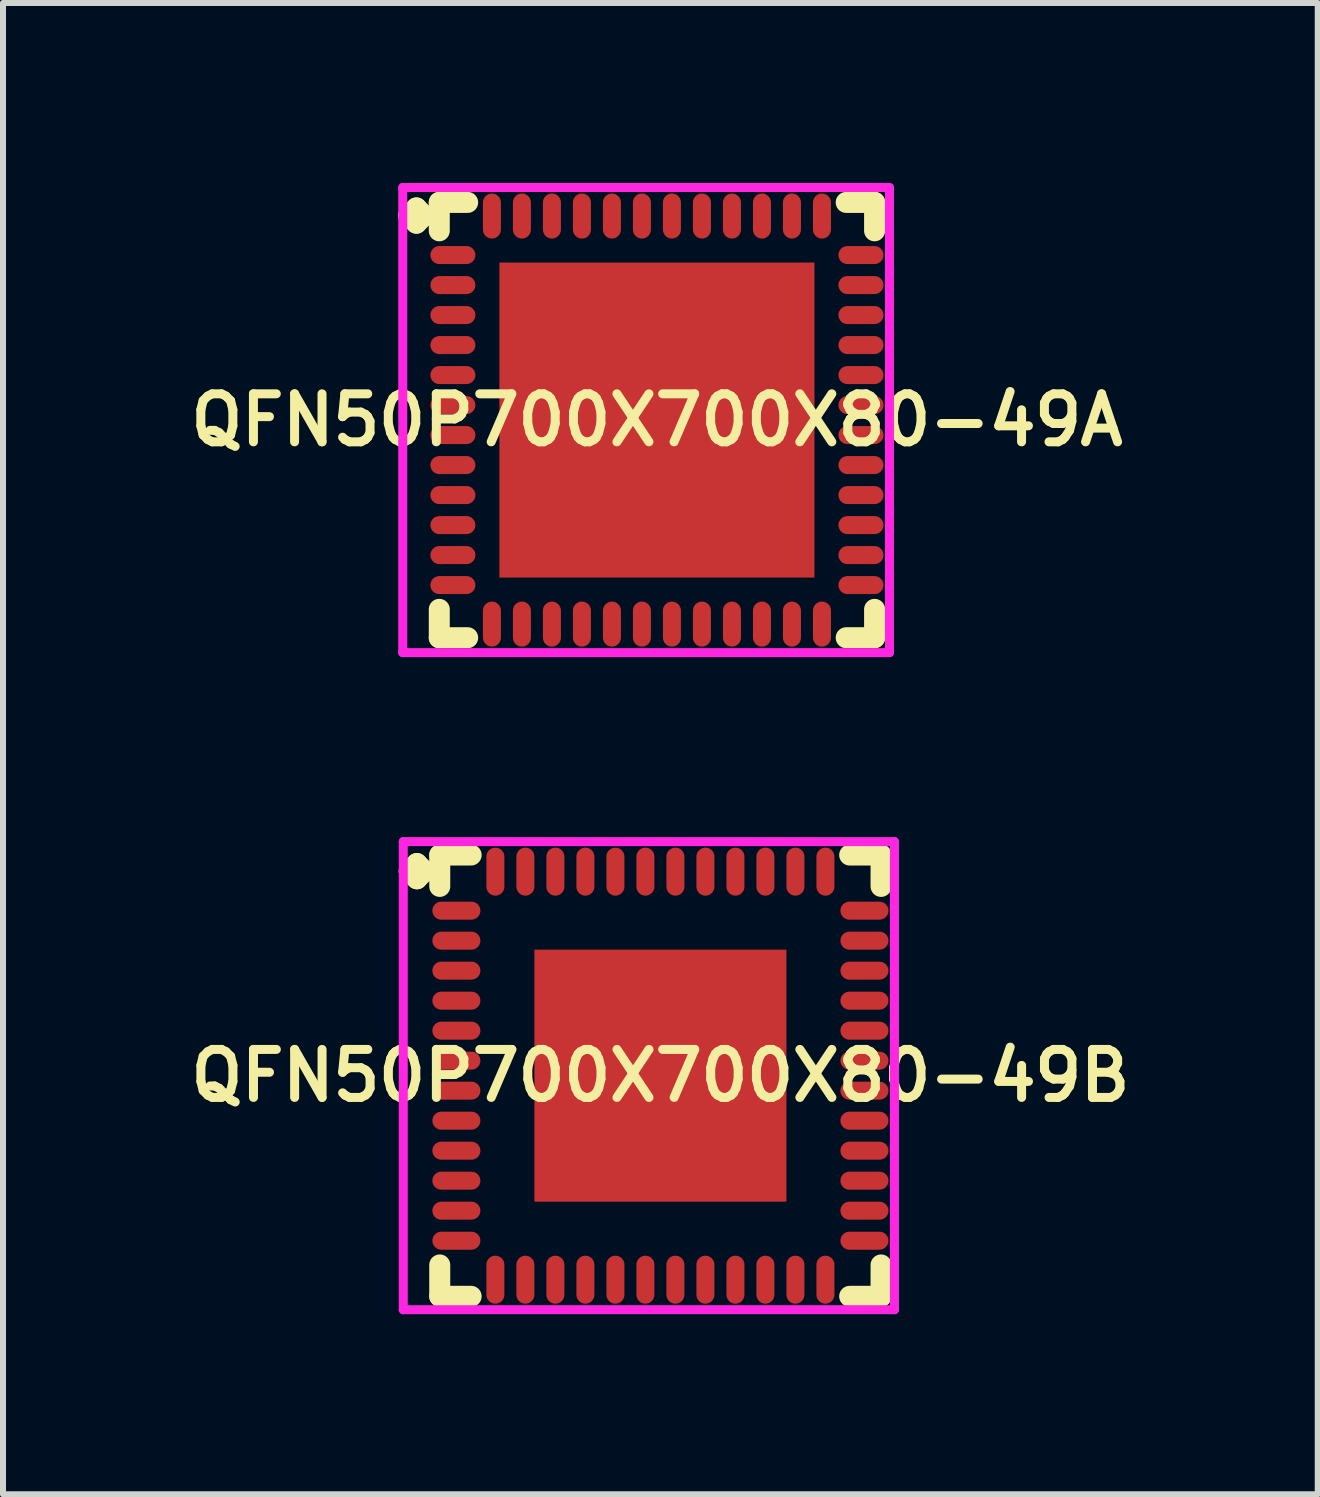
<source format=kicad_pcb>
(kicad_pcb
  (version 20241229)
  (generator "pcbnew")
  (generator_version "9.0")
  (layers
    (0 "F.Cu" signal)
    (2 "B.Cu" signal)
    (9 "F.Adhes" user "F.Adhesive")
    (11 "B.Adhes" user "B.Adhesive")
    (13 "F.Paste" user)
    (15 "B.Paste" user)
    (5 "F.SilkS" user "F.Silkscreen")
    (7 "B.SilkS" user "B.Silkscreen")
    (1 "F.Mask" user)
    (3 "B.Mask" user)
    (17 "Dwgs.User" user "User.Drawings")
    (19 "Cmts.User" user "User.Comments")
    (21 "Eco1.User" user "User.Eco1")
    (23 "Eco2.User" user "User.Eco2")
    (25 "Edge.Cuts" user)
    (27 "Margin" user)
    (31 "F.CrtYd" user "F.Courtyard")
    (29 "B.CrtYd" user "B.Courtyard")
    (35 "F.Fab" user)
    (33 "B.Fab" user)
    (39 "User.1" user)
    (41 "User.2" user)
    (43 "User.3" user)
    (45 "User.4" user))
  (footprint "QFN50P700X700X80-49B"
    (layer "F.Cu")
    (at 7.955 14.875)
    (property "Reference" "QFN50P700X700X80-49B" (at 0 0 0) (layer "F.SilkS") (effects (font (size 0.8 0.8) (thickness 0.15))))
    (attr smd)
    (fp_line (start -4.185 -3.408) (end -4.058 -3.535) (stroke (width 0.35) (type solid)) (layer "F.SilkS"))
    (fp_line (start -4.058 -3.535) (end -3.931 -3.408) (stroke (width 0.35) (type solid)) (layer "F.SilkS"))
    (fp_line (start -4.058 -3.281) (end -4.185 -3.408) (stroke (width 0.35) (type solid)) (layer "F.SilkS"))
    (fp_line (start -3.931 -3.408) (end -4.058 -3.281) (stroke (width 0.35) (type solid)) (layer "F.SilkS"))
    (fp_line (start -3.677 -3.677) (end -3.154 -3.677) (stroke (width 0.35) (type solid)) (layer "F.SilkS"))
    (fp_line (start -3.677 -3.154) (end -3.677 -3.677) (stroke (width 0.35) (type solid)) (layer "F.SilkS"))
    (fp_line (start -3.677 3.154) (end -3.677 3.677) (stroke (width 0.35) (type solid)) (layer "F.SilkS"))
    (fp_line (start -3.677 3.677) (end -3.154 3.677) (stroke (width 0.35) (type solid)) (layer "F.SilkS"))
    (fp_line (start 3.154 -3.677) (end 3.677 -3.677) (stroke (width 0.35) (type solid)) (layer "F.SilkS"))
    (fp_line (start 3.154 3.677) (end 3.677 3.677) (stroke (width 0.35) (type solid)) (layer "F.SilkS"))
    (fp_line (start 3.677 -3.677) (end 3.677 -3.154) (stroke (width 0.35) (type solid)) (layer "F.SilkS"))
    (fp_line (start 3.677 3.677) (end 3.677 3.154) (stroke (width 0.35) (type solid)) (layer "F.SilkS"))
    (fp_line (start -4.285 -3.9) (end 3.9 -3.9) (stroke (width 0.15) (type solid)) (layer "F.CrtYd"))
    (fp_line (start -4.285 3.9) (end -4.285 -3.9) (stroke (width 0.15) (type solid)) (layer "F.CrtYd"))
    (fp_line (start 3.9 -3.9) (end 3.9 3.9) (stroke (width 0.15) (type solid)) (layer "F.CrtYd"))
    (fp_line (start 3.9 3.9) (end -4.285 3.9) (stroke (width 0.15) (type solid)) (layer "F.CrtYd"))
    (pad "1" smd oval (at -3.4 -2.75) (size 0.8 0.3) (layers "F.Cu" "F.Mask" "F.Paste"))
    (pad "2" smd oval (at -3.4 -2.25) (size 0.8 0.3) (layers "F.Cu" "F.Mask" "F.Paste"))
    (pad "3" smd oval (at -3.4 -1.75) (size 0.8 0.3) (layers "F.Cu" "F.Mask" "F.Paste"))
    (pad "4" smd oval (at -3.4 -1.25) (size 0.8 0.3) (layers "F.Cu" "F.Mask" "F.Paste"))
    (pad "5" smd oval (at -3.4 -0.75) (size 0.8 0.3) (layers "F.Cu" "F.Mask" "F.Paste"))
    (pad "6" smd oval (at -3.4 -0.25) (size 0.8 0.3) (layers "F.Cu" "F.Mask" "F.Paste"))
    (pad "7" smd oval (at -3.4 0.25) (size 0.8 0.3) (layers "F.Cu" "F.Mask" "F.Paste"))
    (pad "8" smd oval (at -3.4 0.75) (size 0.8 0.3) (layers "F.Cu" "F.Mask" "F.Paste"))
    (pad "9" smd oval (at -3.4 1.25) (size 0.8 0.3) (layers "F.Cu" "F.Mask" "F.Paste"))
    (pad "10" smd oval (at -3.4 1.75) (size 0.8 0.3) (layers "F.Cu" "F.Mask" "F.Paste"))
    (pad "11" smd oval (at -3.4 2.25) (size 0.8 0.3) (layers "F.Cu" "F.Mask" "F.Paste"))
    (pad "12" smd oval (at -3.4 2.75) (size 0.8 0.3) (layers "F.Cu" "F.Mask" "F.Paste"))
    (pad "13" smd oval (at -2.75 3.4) (size 0.3 0.8) (layers "F.Cu" "F.Mask" "F.Paste"))
    (pad "14" smd oval (at -2.25 3.4) (size 0.3 0.8) (layers "F.Cu" "F.Mask" "F.Paste"))
    (pad "15" smd oval (at -1.75 3.4) (size 0.3 0.8) (layers "F.Cu" "F.Mask" "F.Paste"))
    (pad "16" smd oval (at -1.25 3.4) (size 0.3 0.8) (layers "F.Cu" "F.Mask" "F.Paste"))
    (pad "17" smd oval (at -0.75 3.4) (size 0.3 0.8) (layers "F.Cu" "F.Mask" "F.Paste"))
    (pad "18" smd oval (at -0.25 3.4) (size 0.3 0.8) (layers "F.Cu" "F.Mask" "F.Paste"))
    (pad "19" smd oval (at 0.25 3.4) (size 0.3 0.8) (layers "F.Cu" "F.Mask" "F.Paste"))
    (pad "20" smd oval (at 0.75 3.4) (size 0.3 0.8) (layers "F.Cu" "F.Mask" "F.Paste"))
    (pad "21" smd oval (at 1.25 3.4) (size 0.3 0.8) (layers "F.Cu" "F.Mask" "F.Paste"))
    (pad "22" smd oval (at 1.75 3.4) (size 0.3 0.8) (layers "F.Cu" "F.Mask" "F.Paste"))
    (pad "23" smd oval (at 2.25 3.4) (size 0.3 0.8) (layers "F.Cu" "F.Mask" "F.Paste"))
    (pad "24" smd oval (at 2.75 3.4) (size 0.3 0.8) (layers "F.Cu" "F.Mask" "F.Paste"))
    (pad "25" smd oval (at 3.4 2.75) (size 0.8 0.3) (layers "F.Cu" "F.Mask" "F.Paste"))
    (pad "26" smd oval (at 3.4 2.25) (size 0.8 0.3) (layers "F.Cu" "F.Mask" "F.Paste"))
    (pad "27" smd oval (at 3.4 1.75) (size 0.8 0.3) (layers "F.Cu" "F.Mask" "F.Paste"))
    (pad "28" smd oval (at 3.4 1.25) (size 0.8 0.3) (layers "F.Cu" "F.Mask" "F.Paste"))
    (pad "29" smd oval (at 3.4 0.75) (size 0.8 0.3) (layers "F.Cu" "F.Mask" "F.Paste"))
    (pad "30" smd oval (at 3.4 0.25) (size 0.8 0.3) (layers "F.Cu" "F.Mask" "F.Paste"))
    (pad "31" smd oval (at 3.4 -0.25) (size 0.8 0.3) (layers "F.Cu" "F.Mask" "F.Paste"))
    (pad "32" smd oval (at 3.4 -0.75) (size 0.8 0.3) (layers "F.Cu" "F.Mask" "F.Paste"))
    (pad "33" smd oval (at 3.4 -1.25) (size 0.8 0.3) (layers "F.Cu" "F.Mask" "F.Paste"))
    (pad "34" smd oval (at 3.4 -1.75) (size 0.8 0.3) (layers "F.Cu" "F.Mask" "F.Paste"))
    (pad "35" smd oval (at 3.4 -2.25) (size 0.8 0.3) (layers "F.Cu" "F.Mask" "F.Paste"))
    (pad "36" smd oval (at 3.4 -2.75) (size 0.8 0.3) (layers "F.Cu" "F.Mask" "F.Paste"))
    (pad "37" smd oval (at 2.75 -3.4) (size 0.3 0.8) (layers "F.Cu" "F.Mask" "F.Paste"))
    (pad "38" smd oval (at 2.25 -3.4) (size 0.3 0.8) (layers "F.Cu" "F.Mask" "F.Paste"))
    (pad "39" smd oval (at 1.75 -3.4) (size 0.3 0.8) (layers "F.Cu" "F.Mask" "F.Paste"))
    (pad "40" smd oval (at 1.25 -3.4) (size 0.3 0.8) (layers "F.Cu" "F.Mask" "F.Paste"))
    (pad "41" smd oval (at 0.75 -3.4) (size 0.3 0.8) (layers "F.Cu" "F.Mask" "F.Paste"))
    (pad "42" smd oval (at 0.25 -3.4) (size 0.3 0.8) (layers "F.Cu" "F.Mask" "F.Paste"))
    (pad "43" smd oval (at -0.25 -3.4) (size 0.3 0.8) (layers "F.Cu" "F.Mask" "F.Paste"))
    (pad "44" smd oval (at -0.75 -3.4) (size 0.3 0.8) (layers "F.Cu" "F.Mask" "F.Paste"))
    (pad "45" smd oval (at -1.25 -3.4) (size 0.3 0.8) (layers "F.Cu" "F.Mask" "F.Paste"))
    (pad "46" smd oval (at -1.75 -3.4) (size 0.3 0.8) (layers "F.Cu" "F.Mask" "F.Paste"))
    (pad "47" smd oval (at -2.25 -3.4) (size 0.3 0.8) (layers "F.Cu" "F.Mask" "F.Paste"))
    (pad "48" smd oval (at -2.75 -3.4) (size 0.3 0.8) (layers "F.Cu" "F.Mask" "F.Paste"))
    (pad "49" smd rect (at 0 0) (size 4.2 4.2) (layers "F.Cu" "F.Mask" "F.Paste")))
  (footprint "QFN50P700X700X80-49A"
    (layer "F.Cu")
    (at 7.897 3.95)
    (property "Reference" "QFN50P700X700X80-49A" (at 0 0 0) (layer "F.SilkS") (effects (font (size 0.8 0.8) (thickness 0.15))))
    (attr smd)
    (fp_line (start -4.135 -3.408) (end -4.008 -3.535) (stroke (width 0.35) (type solid)) (layer "F.SilkS"))
    (fp_line (start -4.008 -3.535) (end -3.881 -3.408) (stroke (width 0.35) (type solid)) (layer "F.SilkS"))
    (fp_line (start -4.008 -3.281) (end -4.135 -3.408) (stroke (width 0.35) (type solid)) (layer "F.SilkS"))
    (fp_line (start -3.881 -3.408) (end -4.008 -3.281) (stroke (width 0.35) (type solid)) (layer "F.SilkS"))
    (fp_line (start -3.627 -3.627) (end -3.154 -3.627) (stroke (width 0.35) (type solid)) (layer "F.SilkS"))
    (fp_line (start -3.627 -3.154) (end -3.627 -3.627) (stroke (width 0.35) (type solid)) (layer "F.SilkS"))
    (fp_line (start -3.627 3.154) (end -3.627 3.627) (stroke (width 0.35) (type solid)) (layer "F.SilkS"))
    (fp_line (start -3.627 3.627) (end -3.154 3.627) (stroke (width 0.35) (type solid)) (layer "F.SilkS"))
    (fp_line (start 3.154 -3.627) (end 3.627 -3.627) (stroke (width 0.35) (type solid)) (layer "F.SilkS"))
    (fp_line (start 3.154 3.627) (end 3.627 3.627) (stroke (width 0.35) (type solid)) (layer "F.SilkS"))
    (fp_line (start 3.627 -3.627) (end 3.627 -3.154) (stroke (width 0.35) (type solid)) (layer "F.SilkS"))
    (fp_line (start 3.627 3.627) (end 3.627 3.154) (stroke (width 0.35) (type solid)) (layer "F.SilkS"))
    (fp_line (start -4.235 -3.875) (end 3.875 -3.875) (stroke (width 0.15) (type solid)) (layer "F.CrtYd"))
    (fp_line (start -4.235 3.875) (end -4.235 -3.875) (stroke (width 0.15) (type solid)) (layer "F.CrtYd"))
    (fp_line (start 3.875 -3.875) (end 3.875 3.875) (stroke (width 0.15) (type solid)) (layer "F.CrtYd"))
    (fp_line (start 3.875 3.875) (end -4.235 3.875) (stroke (width 0.15) (type solid)) (layer "F.CrtYd"))
    (pad "1" smd oval (at -3.4 -2.75) (size 0.75 0.3) (layers "F.Cu" "F.Mask" "F.Paste"))
    (pad "2" smd oval (at -3.4 -2.25) (size 0.75 0.3) (layers "F.Cu" "F.Mask" "F.Paste"))
    (pad "3" smd oval (at -3.4 -1.75) (size 0.75 0.3) (layers "F.Cu" "F.Mask" "F.Paste"))
    (pad "4" smd oval (at -3.4 -1.25) (size 0.75 0.3) (layers "F.Cu" "F.Mask" "F.Paste"))
    (pad "5" smd oval (at -3.4 -0.75) (size 0.75 0.3) (layers "F.Cu" "F.Mask" "F.Paste"))
    (pad "6" smd oval (at -3.4 -0.25) (size 0.75 0.3) (layers "F.Cu" "F.Mask" "F.Paste"))
    (pad "7" smd oval (at -3.4 0.25) (size 0.75 0.3) (layers "F.Cu" "F.Mask" "F.Paste"))
    (pad "8" smd oval (at -3.4 0.75) (size 0.75 0.3) (layers "F.Cu" "F.Mask" "F.Paste"))
    (pad "9" smd oval (at -3.4 1.25) (size 0.75 0.3) (layers "F.Cu" "F.Mask" "F.Paste"))
    (pad "10" smd oval (at -3.4 1.75) (size 0.75 0.3) (layers "F.Cu" "F.Mask" "F.Paste"))
    (pad "11" smd oval (at -3.4 2.25) (size 0.75 0.3) (layers "F.Cu" "F.Mask" "F.Paste"))
    (pad "12" smd oval (at -3.4 2.75) (size 0.75 0.3) (layers "F.Cu" "F.Mask" "F.Paste"))
    (pad "13" smd oval (at -2.75 3.4) (size 0.3 0.75) (layers "F.Cu" "F.Mask" "F.Paste"))
    (pad "14" smd oval (at -2.25 3.4) (size 0.3 0.75) (layers "F.Cu" "F.Mask" "F.Paste"))
    (pad "15" smd oval (at -1.75 3.4) (size 0.3 0.75) (layers "F.Cu" "F.Mask" "F.Paste"))
    (pad "16" smd oval (at -1.25 3.4) (size 0.3 0.75) (layers "F.Cu" "F.Mask" "F.Paste"))
    (pad "17" smd oval (at -0.75 3.4) (size 0.3 0.75) (layers "F.Cu" "F.Mask" "F.Paste"))
    (pad "18" smd oval (at -0.25 3.4) (size 0.3 0.75) (layers "F.Cu" "F.Mask" "F.Paste"))
    (pad "19" smd oval (at 0.25 3.4) (size 0.3 0.75) (layers "F.Cu" "F.Mask" "F.Paste"))
    (pad "20" smd oval (at 0.75 3.4) (size 0.3 0.75) (layers "F.Cu" "F.Mask" "F.Paste"))
    (pad "21" smd oval (at 1.25 3.4) (size 0.3 0.75) (layers "F.Cu" "F.Mask" "F.Paste"))
    (pad "22" smd oval (at 1.75 3.4) (size 0.3 0.75) (layers "F.Cu" "F.Mask" "F.Paste"))
    (pad "23" smd oval (at 2.25 3.4) (size 0.3 0.75) (layers "F.Cu" "F.Mask" "F.Paste"))
    (pad "24" smd oval (at 2.75 3.4) (size 0.3 0.75) (layers "F.Cu" "F.Mask" "F.Paste"))
    (pad "25" smd oval (at 3.4 2.75) (size 0.75 0.3) (layers "F.Cu" "F.Mask" "F.Paste"))
    (pad "26" smd oval (at 3.4 2.25) (size 0.75 0.3) (layers "F.Cu" "F.Mask" "F.Paste"))
    (pad "27" smd oval (at 3.4 1.75) (size 0.75 0.3) (layers "F.Cu" "F.Mask" "F.Paste"))
    (pad "28" smd oval (at 3.4 1.25) (size 0.75 0.3) (layers "F.Cu" "F.Mask" "F.Paste"))
    (pad "29" smd oval (at 3.4 0.75) (size 0.75 0.3) (layers "F.Cu" "F.Mask" "F.Paste"))
    (pad "30" smd oval (at 3.4 0.25) (size 0.75 0.3) (layers "F.Cu" "F.Mask" "F.Paste"))
    (pad "31" smd oval (at 3.4 -0.25) (size 0.75 0.3) (layers "F.Cu" "F.Mask" "F.Paste"))
    (pad "32" smd oval (at 3.4 -0.75) (size 0.75 0.3) (layers "F.Cu" "F.Mask" "F.Paste"))
    (pad "33" smd oval (at 3.4 -1.25) (size 0.75 0.3) (layers "F.Cu" "F.Mask" "F.Paste"))
    (pad "34" smd oval (at 3.4 -1.75) (size 0.75 0.3) (layers "F.Cu" "F.Mask" "F.Paste"))
    (pad "35" smd oval (at 3.4 -2.25) (size 0.75 0.3) (layers "F.Cu" "F.Mask" "F.Paste"))
    (pad "36" smd oval (at 3.4 -2.75) (size 0.75 0.3) (layers "F.Cu" "F.Mask" "F.Paste"))
    (pad "37" smd oval (at 2.75 -3.4) (size 0.3 0.75) (layers "F.Cu" "F.Mask" "F.Paste"))
    (pad "38" smd oval (at 2.25 -3.4) (size 0.3 0.75) (layers "F.Cu" "F.Mask" "F.Paste"))
    (pad "39" smd oval (at 1.75 -3.4) (size 0.3 0.75) (layers "F.Cu" "F.Mask" "F.Paste"))
    (pad "40" smd oval (at 1.25 -3.4) (size 0.3 0.75) (layers "F.Cu" "F.Mask" "F.Paste"))
    (pad "41" smd oval (at 0.75 -3.4) (size 0.3 0.75) (layers "F.Cu" "F.Mask" "F.Paste"))
    (pad "42" smd oval (at 0.25 -3.4) (size 0.3 0.75) (layers "F.Cu" "F.Mask" "F.Paste"))
    (pad "43" smd oval (at -0.25 -3.4) (size 0.3 0.75) (layers "F.Cu" "F.Mask" "F.Paste"))
    (pad "44" smd oval (at -0.75 -3.4) (size 0.3 0.75) (layers "F.Cu" "F.Mask" "F.Paste"))
    (pad "45" smd oval (at -1.25 -3.4) (size 0.3 0.75) (layers "F.Cu" "F.Mask" "F.Paste"))
    (pad "46" smd oval (at -1.75 -3.4) (size 0.3 0.75) (layers "F.Cu" "F.Mask" "F.Paste"))
    (pad "47" smd oval (at -2.25 -3.4) (size 0.3 0.75) (layers "F.Cu" "F.Mask" "F.Paste"))
    (pad "48" smd oval (at -2.75 -3.4) (size 0.3 0.75) (layers "F.Cu" "F.Mask" "F.Paste"))
    (pad "49" smd rect (at 0 0) (size 5.25 5.25) (layers "F.Cu" "F.Mask" "F.Paste")))
  (gr_rect
    (start -3 -3)
    (end 18.909 21.85)
    (stroke (width 0.1) (type default))
    (fill no)
    (layer "Edge.Cuts")))
</source>
